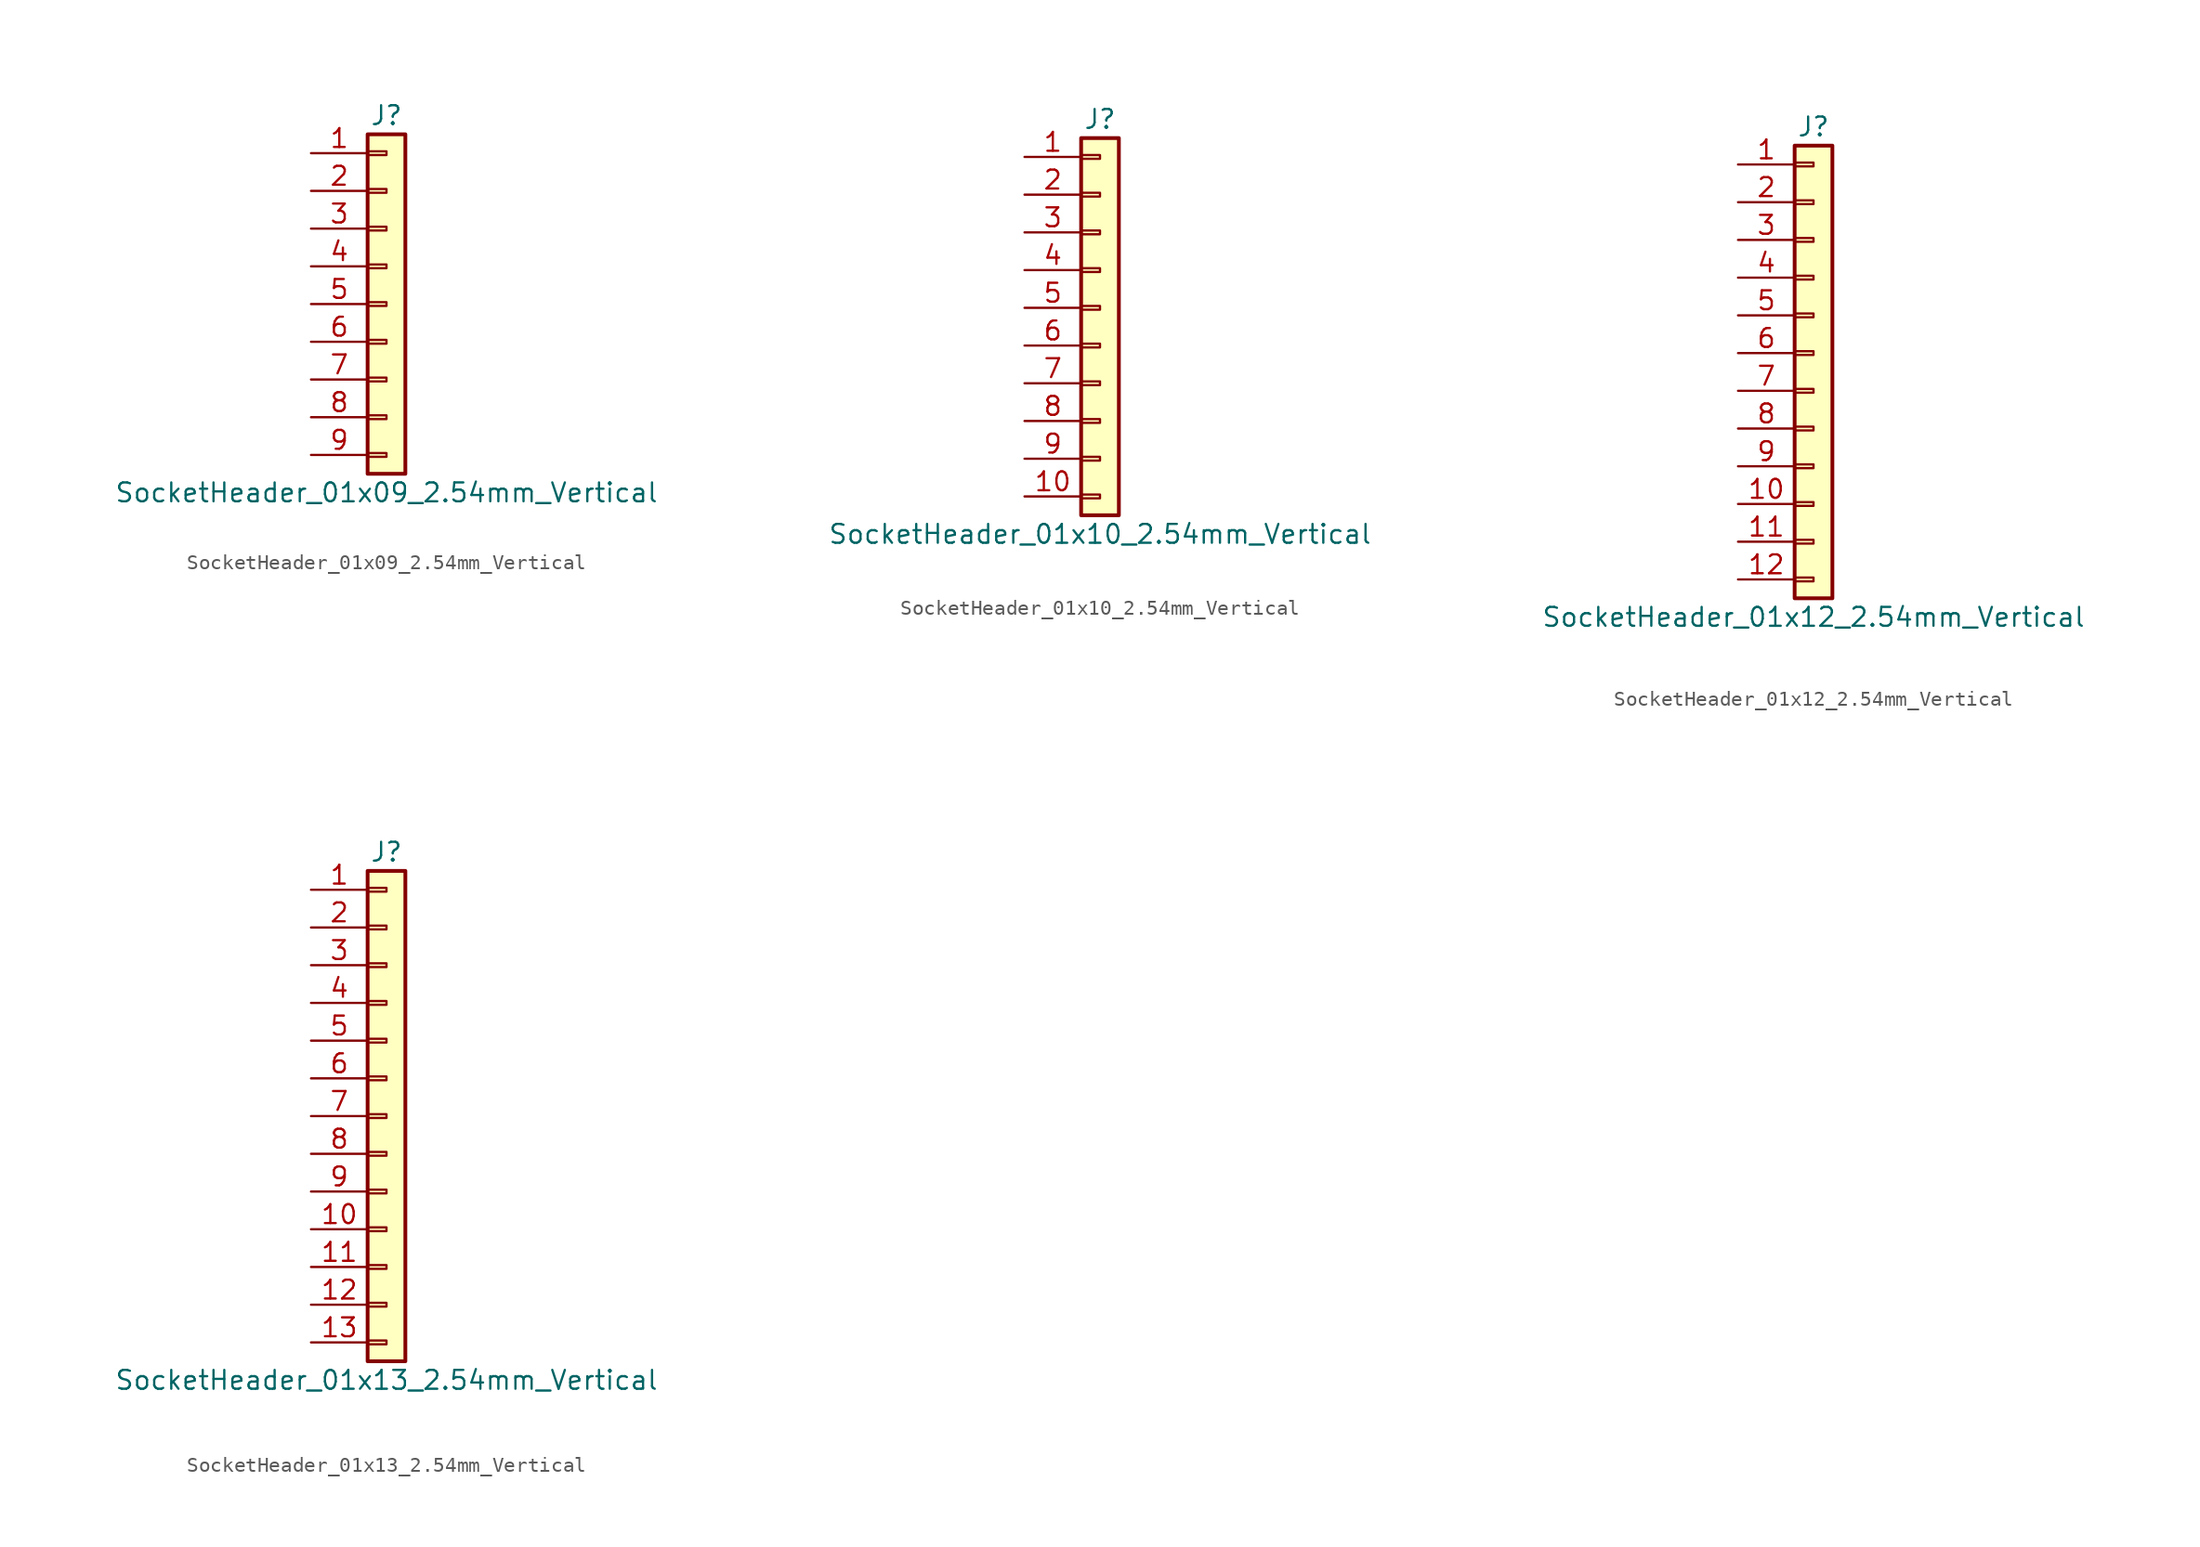
<source format=kicad_sym>
(kicad_symbol_lib
  (version 20241209)
  (generator "kicad_symbol_editor")
  (generator_version "9.0")
  (symbol "SocketHeader_01x09_2.54mm_Vertical"
    (pin_names
      (offset 1.016)
      (hide yes))
    (property "Reference" "J"
      (at 0 12.7 0)
      (effects (font (size 1.27 1.27))))
    (property "Value" "SocketHeader_01x09_2.54mm_Vertical"
      (at 0 -12.7 0)
      (effects (font (size 1.27 1.27))))
    (symbol "SocketHeader_01x09_2.54mm_Vertical_1_1"
      (rectangle (start -1.27 11.43) (end 1.27 -11.43) (stroke (width 0.254) (type default)) (fill (type background)))
      (rectangle (start -1.27 10.287) (end 0 10.033) (stroke (width 0.152) (type default)) (fill (type none)))
      (rectangle (start -1.27 7.747) (end 0 7.493) (stroke (width 0.152) (type default)) (fill (type none)))
      (rectangle (start -1.27 5.207) (end 0 4.953) (stroke (width 0.152) (type default)) (fill (type none)))
      (rectangle (start -1.27 2.667) (end 0 2.413) (stroke (width 0.152) (type default)) (fill (type none)))
      (rectangle (start -1.27 0.127) (end 0 -0.127) (stroke (width 0.152) (type default)) (fill (type none)))
      (rectangle (start -1.27 -2.413) (end 0 -2.667) (stroke (width 0.152) (type default)) (fill (type none)))
      (rectangle (start -1.27 -4.953) (end 0 -5.207) (stroke (width 0.152) (type default)) (fill (type none)))
      (rectangle (start -1.27 -7.493) (end 0 -7.747) (stroke (width 0.152) (type default)) (fill (type none)))
      (rectangle (start -1.27 -10.033) (end 0 -10.287) (stroke (width 0.152) (type default)) (fill (type none)))
      (pin passive line (at -5.08 10.16 0) (length 3.81) (name "Pin_1" (effects (font (size 1.27 1.27)))) (number "1" (effects (font (size 1.27 1.27)))))
      (pin passive line (at -5.08 7.62 0) (length 3.81) (name "Pin_2" (effects (font (size 1.27 1.27)))) (number "2" (effects (font (size 1.27 1.27)))))
      (pin passive line (at -5.08 5.08 0) (length 3.81) (name "Pin_3" (effects (font (size 1.27 1.27)))) (number "3" (effects (font (size 1.27 1.27)))))
      (pin passive line (at -5.08 2.54 0) (length 3.81) (name "Pin_4" (effects (font (size 1.27 1.27)))) (number "4" (effects (font (size 1.27 1.27)))))
      (pin passive line (at -5.08 0 0) (length 3.81) (name "Pin_5" (effects (font (size 1.27 1.27)))) (number "5" (effects (font (size 1.27 1.27)))))
      (pin passive line (at -5.08 -2.54 0) (length 3.81) (name "Pin_6" (effects (font (size 1.27 1.27)))) (number "6" (effects (font (size 1.27 1.27)))))
      (pin passive line (at -5.08 -5.08 0) (length 3.81) (name "Pin_7" (effects (font (size 1.27 1.27)))) (number "7" (effects (font (size 1.27 1.27)))))
      (pin passive line (at -5.08 -7.62 0) (length 3.81) (name "Pin_8" (effects (font (size 1.27 1.27)))) (number "8" (effects (font (size 1.27 1.27)))))
      (pin passive line (at -5.08 -10.16 0) (length 3.81) (name "Pin_9" (effects (font (size 1.27 1.27)))) (number "9" (effects (font (size 1.27 1.27)))))))
  (symbol "SocketHeader_01x10_2.54mm_Vertical"
    (pin_names
      (offset 1.016)
      (hide yes))
    (property "Reference" "J"
      (at 0 12.7 0)
      (effects (font (size 1.27 1.27))))
    (property "Value" "SocketHeader_01x10_2.54mm_Vertical"
      (at 0 -15.24 0)
      (effects (font (size 1.27 1.27))))
    (symbol "SocketHeader_01x10_2.54mm_Vertical_1_1"
      (rectangle (start -1.27 11.43) (end 1.27 -13.97) (stroke (width 0.254) (type default)) (fill (type background)))
      (rectangle (start -1.27 10.287) (end 0 10.033) (stroke (width 0.152) (type default)) (fill (type none)))
      (rectangle (start -1.27 7.747) (end 0 7.493) (stroke (width 0.152) (type default)) (fill (type none)))
      (rectangle (start -1.27 5.207) (end 0 4.953) (stroke (width 0.152) (type default)) (fill (type none)))
      (rectangle (start -1.27 2.667) (end 0 2.413) (stroke (width 0.152) (type default)) (fill (type none)))
      (rectangle (start -1.27 0.127) (end 0 -0.127) (stroke (width 0.152) (type default)) (fill (type none)))
      (rectangle (start -1.27 -2.413) (end 0 -2.667) (stroke (width 0.152) (type default)) (fill (type none)))
      (rectangle (start -1.27 -4.953) (end 0 -5.207) (stroke (width 0.152) (type default)) (fill (type none)))
      (rectangle (start -1.27 -7.493) (end 0 -7.747) (stroke (width 0.152) (type default)) (fill (type none)))
      (rectangle (start -1.27 -10.033) (end 0 -10.287) (stroke (width 0.152) (type default)) (fill (type none)))
      (rectangle (start -1.27 -12.573) (end 0 -12.827) (stroke (width 0.152) (type default)) (fill (type none)))
      (pin passive line (at -5.08 10.16 0) (length 3.81) (name "Pin_1" (effects (font (size 1.27 1.27)))) (number "1" (effects (font (size 1.27 1.27)))))
      (pin passive line (at -5.08 7.62 0) (length 3.81) (name "Pin_2" (effects (font (size 1.27 1.27)))) (number "2" (effects (font (size 1.27 1.27)))))
      (pin passive line (at -5.08 5.08 0) (length 3.81) (name "Pin_3" (effects (font (size 1.27 1.27)))) (number "3" (effects (font (size 1.27 1.27)))))
      (pin passive line (at -5.08 2.54 0) (length 3.81) (name "Pin_4" (effects (font (size 1.27 1.27)))) (number "4" (effects (font (size 1.27 1.27)))))
      (pin passive line (at -5.08 0 0) (length 3.81) (name "Pin_5" (effects (font (size 1.27 1.27)))) (number "5" (effects (font (size 1.27 1.27)))))
      (pin passive line (at -5.08 -2.54 0) (length 3.81) (name "Pin_6" (effects (font (size 1.27 1.27)))) (number "6" (effects (font (size 1.27 1.27)))))
      (pin passive line (at -5.08 -5.08 0) (length 3.81) (name "Pin_7" (effects (font (size 1.27 1.27)))) (number "7" (effects (font (size 1.27 1.27)))))
      (pin passive line (at -5.08 -7.62 0) (length 3.81) (name "Pin_8" (effects (font (size 1.27 1.27)))) (number "8" (effects (font (size 1.27 1.27)))))
      (pin passive line (at -5.08 -10.16 0) (length 3.81) (name "Pin_9" (effects (font (size 1.27 1.27)))) (number "9" (effects (font (size 1.27 1.27)))))
      (pin passive line (at -5.08 -12.7 0) (length 3.81) (name "Pin_10" (effects (font (size 1.27 1.27)))) (number "10" (effects (font (size 1.27 1.27)))))))
  (symbol "SocketHeader_01x12_2.54mm_Vertical"
    (pin_names
      (offset 1.016)
      (hide yes))
    (property "Reference" "J"
      (at 0 15.24 0)
      (effects (font (size 1.27 1.27))))
    (property "Value" "SocketHeader_01x12_2.54mm_Vertical"
      (at 0 -17.78 0)
      (effects (font (size 1.27 1.27))))
    (symbol "SocketHeader_01x12_2.54mm_Vertical_1_1"
      (rectangle (start -1.27 13.97) (end 1.27 -16.51) (stroke (width 0.254) (type default)) (fill (type background)))
      (rectangle (start -1.27 12.827) (end 0 12.573) (stroke (width 0.152) (type default)) (fill (type none)))
      (rectangle (start -1.27 10.287) (end 0 10.033) (stroke (width 0.152) (type default)) (fill (type none)))
      (rectangle (start -1.27 7.747) (end 0 7.493) (stroke (width 0.152) (type default)) (fill (type none)))
      (rectangle (start -1.27 5.207) (end 0 4.953) (stroke (width 0.152) (type default)) (fill (type none)))
      (rectangle (start -1.27 2.667) (end 0 2.413) (stroke (width 0.152) (type default)) (fill (type none)))
      (rectangle (start -1.27 0.127) (end 0 -0.127) (stroke (width 0.152) (type default)) (fill (type none)))
      (rectangle (start -1.27 -2.413) (end 0 -2.667) (stroke (width 0.152) (type default)) (fill (type none)))
      (rectangle (start -1.27 -4.953) (end 0 -5.207) (stroke (width 0.152) (type default)) (fill (type none)))
      (rectangle (start -1.27 -7.493) (end 0 -7.747) (stroke (width 0.152) (type default)) (fill (type none)))
      (rectangle (start -1.27 -10.033) (end 0 -10.287) (stroke (width 0.152) (type default)) (fill (type none)))
      (rectangle (start -1.27 -12.573) (end 0 -12.827) (stroke (width 0.152) (type default)) (fill (type none)))
      (rectangle (start -1.27 -15.113) (end 0 -15.367) (stroke (width 0.152) (type default)) (fill (type none)))
      (pin passive line (at -5.08 12.7 0) (length 3.81) (name "Pin_1" (effects (font (size 1.27 1.27)))) (number "1" (effects (font (size 1.27 1.27)))))
      (pin passive line (at -5.08 10.16 0) (length 3.81) (name "Pin_2" (effects (font (size 1.27 1.27)))) (number "2" (effects (font (size 1.27 1.27)))))
      (pin passive line (at -5.08 7.62 0) (length 3.81) (name "Pin_3" (effects (font (size 1.27 1.27)))) (number "3" (effects (font (size 1.27 1.27)))))
      (pin passive line (at -5.08 5.08 0) (length 3.81) (name "Pin_4" (effects (font (size 1.27 1.27)))) (number "4" (effects (font (size 1.27 1.27)))))
      (pin passive line (at -5.08 2.54 0) (length 3.81) (name "Pin_5" (effects (font (size 1.27 1.27)))) (number "5" (effects (font (size 1.27 1.27)))))
      (pin passive line (at -5.08 0 0) (length 3.81) (name "Pin_6" (effects (font (size 1.27 1.27)))) (number "6" (effects (font (size 1.27 1.27)))))
      (pin passive line (at -5.08 -2.54 0) (length 3.81) (name "Pin_7" (effects (font (size 1.27 1.27)))) (number "7" (effects (font (size 1.27 1.27)))))
      (pin passive line (at -5.08 -5.08 0) (length 3.81) (name "Pin_8" (effects (font (size 1.27 1.27)))) (number "8" (effects (font (size 1.27 1.27)))))
      (pin passive line (at -5.08 -7.62 0) (length 3.81) (name "Pin_9" (effects (font (size 1.27 1.27)))) (number "9" (effects (font (size 1.27 1.27)))))
      (pin passive line (at -5.08 -10.16 0) (length 3.81) (name "Pin_10" (effects (font (size 1.27 1.27)))) (number "10" (effects (font (size 1.27 1.27)))))
      (pin passive line (at -5.08 -12.7 0) (length 3.81) (name "Pin_11" (effects (font (size 1.27 1.27)))) (number "11" (effects (font (size 1.27 1.27)))))
      (pin passive line (at -5.08 -15.24 0) (length 3.81) (name "Pin_12" (effects (font (size 1.27 1.27)))) (number "12" (effects (font (size 1.27 1.27)))))))
  (symbol "SocketHeader_01x13_2.54mm_Vertical"
    (pin_names
      (offset 1.016)
      (hide yes))
    (property "Reference" "J"
      (at 0 17.78 0)
      (effects (font (size 1.27 1.27))))
    (property "Value" "SocketHeader_01x13_2.54mm_Vertical"
      (at 0 -17.78 0)
      (effects (font (size 1.27 1.27))))
    (symbol "SocketHeader_01x13_2.54mm_Vertical_1_1"
      (rectangle (start -1.27 16.51) (end 1.27 -16.51) (stroke (width 0.254) (type default)) (fill (type background)))
      (rectangle (start -1.27 15.367) (end 0 15.113) (stroke (width 0.152) (type default)) (fill (type none)))
      (rectangle (start -1.27 12.827) (end 0 12.573) (stroke (width 0.152) (type default)) (fill (type none)))
      (rectangle (start -1.27 10.287) (end 0 10.033) (stroke (width 0.152) (type default)) (fill (type none)))
      (rectangle (start -1.27 7.747) (end 0 7.493) (stroke (width 0.152) (type default)) (fill (type none)))
      (rectangle (start -1.27 5.207) (end 0 4.953) (stroke (width 0.152) (type default)) (fill (type none)))
      (rectangle (start -1.27 2.667) (end 0 2.413) (stroke (width 0.152) (type default)) (fill (type none)))
      (rectangle (start -1.27 0.127) (end 0 -0.127) (stroke (width 0.152) (type default)) (fill (type none)))
      (rectangle (start -1.27 -2.413) (end 0 -2.667) (stroke (width 0.152) (type default)) (fill (type none)))
      (rectangle (start -1.27 -4.953) (end 0 -5.207) (stroke (width 0.152) (type default)) (fill (type none)))
      (rectangle (start -1.27 -7.493) (end 0 -7.747) (stroke (width 0.152) (type default)) (fill (type none)))
      (rectangle (start -1.27 -10.033) (end 0 -10.287) (stroke (width 0.152) (type default)) (fill (type none)))
      (rectangle (start -1.27 -12.573) (end 0 -12.827) (stroke (width 0.152) (type default)) (fill (type none)))
      (rectangle (start -1.27 -15.113) (end 0 -15.367) (stroke (width 0.152) (type default)) (fill (type none)))
      (pin passive line (at -5.08 15.24 0) (length 3.81) (name "Pin_1" (effects (font (size 1.27 1.27)))) (number "1" (effects (font (size 1.27 1.27)))))
      (pin passive line (at -5.08 12.7 0) (length 3.81) (name "Pin_2" (effects (font (size 1.27 1.27)))) (number "2" (effects (font (size 1.27 1.27)))))
      (pin passive line (at -5.08 10.16 0) (length 3.81) (name "Pin_3" (effects (font (size 1.27 1.27)))) (number "3" (effects (font (size 1.27 1.27)))))
      (pin passive line (at -5.08 7.62 0) (length 3.81) (name "Pin_4" (effects (font (size 1.27 1.27)))) (number "4" (effects (font (size 1.27 1.27)))))
      (pin passive line (at -5.08 5.08 0) (length 3.81) (name "Pin_5" (effects (font (size 1.27 1.27)))) (number "5" (effects (font (size 1.27 1.27)))))
      (pin passive line (at -5.08 2.54 0) (length 3.81) (name "Pin_6" (effects (font (size 1.27 1.27)))) (number "6" (effects (font (size 1.27 1.27)))))
      (pin passive line (at -5.08 0 0) (length 3.81) (name "Pin_7" (effects (font (size 1.27 1.27)))) (number "7" (effects (font (size 1.27 1.27)))))
      (pin passive line (at -5.08 -2.54 0) (length 3.81) (name "Pin_8" (effects (font (size 1.27 1.27)))) (number "8" (effects (font (size 1.27 1.27)))))
      (pin passive line (at -5.08 -5.08 0) (length 3.81) (name "Pin_9" (effects (font (size 1.27 1.27)))) (number "9" (effects (font (size 1.27 1.27)))))
      (pin passive line (at -5.08 -7.62 0) (length 3.81) (name "Pin_10" (effects (font (size 1.27 1.27)))) (number "10" (effects (font (size 1.27 1.27)))))
      (pin passive line (at -5.08 -10.16 0) (length 3.81) (name "Pin_11" (effects (font (size 1.27 1.27)))) (number "11" (effects (font (size 1.27 1.27)))))
      (pin passive line (at -5.08 -12.7 0) (length 3.81) (name "Pin_12" (effects (font (size 1.27 1.27)))) (number "12" (effects (font (size 1.27 1.27)))))
      (pin passive line (at -5.08 -15.24 0) (length 3.81) (name "Pin_13" (effects (font (size 1.27 1.27)))) (number "13" (effects (font (size 1.27 1.27))))))))
</source>
